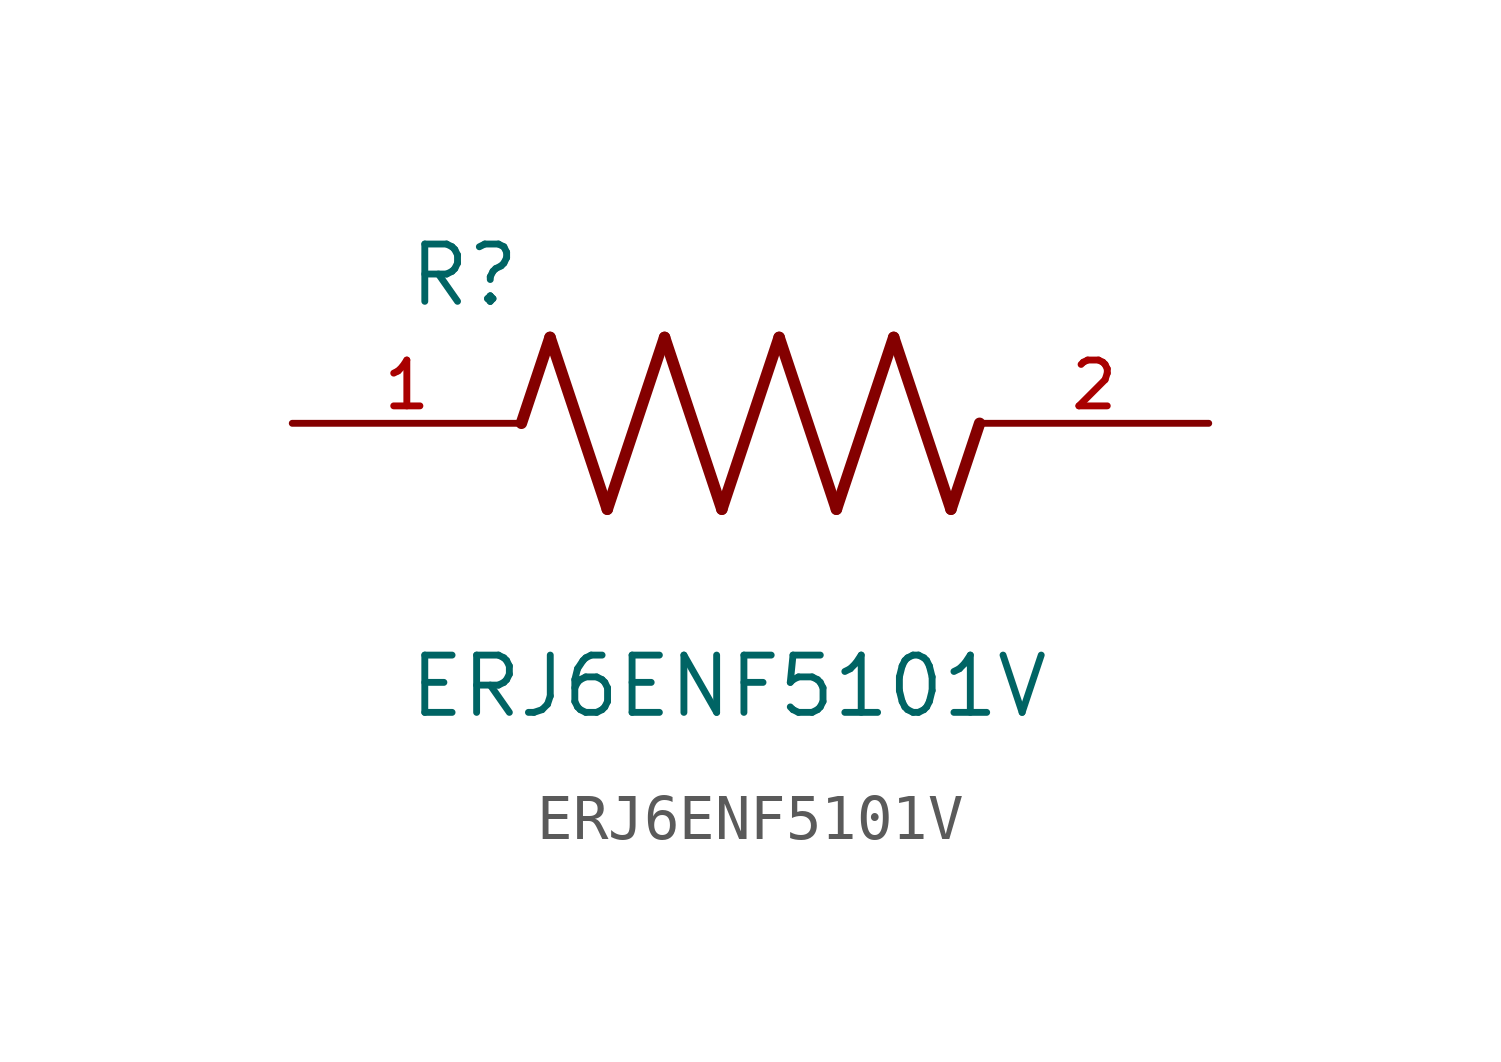
<source format=kicad_sym>
(kicad_symbol_lib
  (version 20211014)
  (generator kicad_symbol_editor)
  (symbol "ERJ6ENF5101V"
    (pin_names
      (offset 1.016))
    (property "Reference" "R"
      (at -7.624 2.541 0)
      (effects (font (size 1.27 1.27)) (justify bottom left)))
    (property "Value" "ERJ6ENF5101V"
      (at -7.624 -5.087 0)
      (effects (font (size 1.27 1.27)) (justify top left)))
    (symbol "ERJ6ENF5101V_0_0"
      (polyline (pts (xy -5.08 0.0) (xy -4.445 1.905)) (stroke (width 0.254)))
      (polyline (pts (xy -4.445 1.905) (xy -3.175 -1.905)) (stroke (width 0.254)))
      (polyline (pts (xy -3.175 -1.905) (xy -1.905 1.905)) (stroke (width 0.254)))
      (polyline (pts (xy -1.905 1.905) (xy -0.635 -1.905)) (stroke (width 0.254)))
      (polyline (pts (xy -0.635 -1.905) (xy 0.635 1.905)) (stroke (width 0.254)))
      (polyline (pts (xy 0.635 1.905) (xy 1.905 -1.905)) (stroke (width 0.254)))
      (polyline (pts (xy 1.905 -1.905) (xy 3.175 1.905)) (stroke (width 0.254)))
      (polyline (pts (xy 3.175 1.905) (xy 4.445 -1.905)) (stroke (width 0.254)))
      (polyline (pts (xy 4.445 -1.905) (xy 5.08 0.0)) (stroke (width 0.254)))
      (pin passive line (at -10.16 0.0 0) (length 5.08) (name "~" (effects (font (size 1.016 1.016)))) (number "1" (effects (font (size 1.016 1.016)))))
      (pin passive line (at 10.16 0.0 180.0) (length 5.08) (name "~" (effects (font (size 1.016 1.016)))) (number "2" (effects (font (size 1.016 1.016))))))))
</source>
